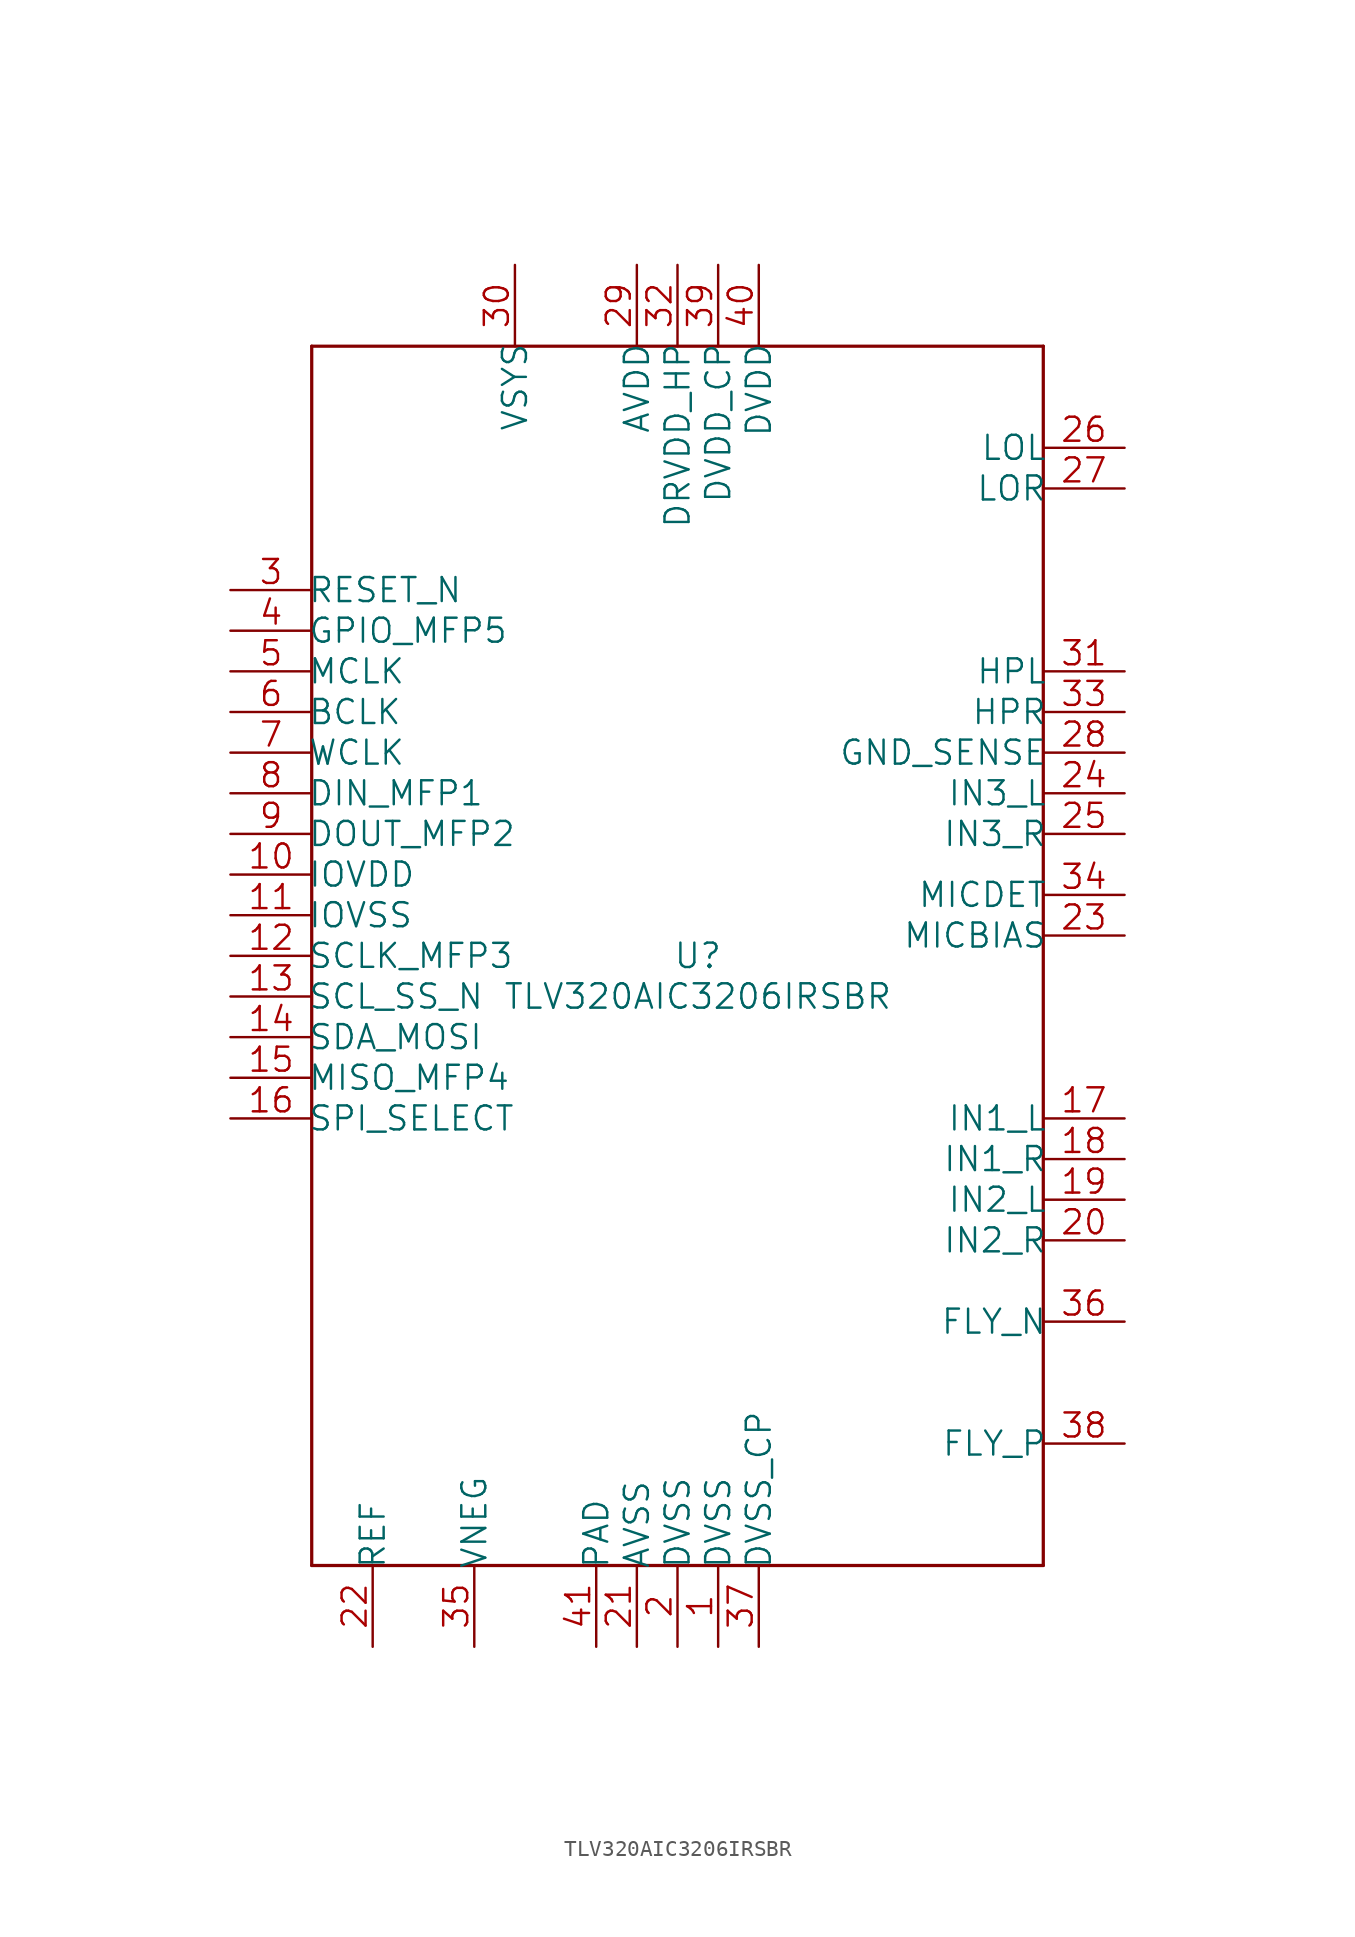
<source format=kicad_sym>
(kicad_symbol_lib
  (version 20201005)
  (generator kicad_symbol_editor)
  (symbol "TLV320AIC3206IRSBR:TLV320AIC3206IRSBR"
    (pin_names
      (offset -0.254))
    (property "Reference" "U"
      (at 1.27 0 0)
      (effects (font (size 1.524 1.524))))
    (property "Value" "TLV320AIC3206IRSBR"
      (at 1.27 -2.54 0)
      (effects (font (size 1.524 1.524))))
    (property "Datasheet" ""
      (at 0 -27.94 0)
      (effects (font (size 1.524 1.524))))
    (property "ki_locked" ""
      (at 0 0 0)
      (effects (font (size 1.27 1.27))))
    (symbol "TLV320AIC3206IRSBR_1_1"
      (polyline (pts (xy -22.86 -38.1) (xy 22.86 -38.1)) (stroke (width 0.203)) (fill (type none)))
      (polyline (pts (xy -22.86 38.1) (xy -22.86 -38.1)) (stroke (width 0.203)) (fill (type none)))
      (polyline (pts (xy 22.86 -38.1) (xy 22.86 38.1)) (stroke (width 0.203)) (fill (type none)))
      (polyline (pts (xy 22.86 38.1) (xy -22.86 38.1)) (stroke (width 0.203)) (fill (type none)))
      (pin power_in line (at 2.54 -43.18 90) (length 5.08) (name "DVSS" (effects (font (size 1.499 1.499)))) (number "1" (effects (font (size 1.499 1.499)))))
      (pin power_in line (at -27.94 5.08 0) (length 5.08) (name "IOVDD" (effects (font (size 1.499 1.499)))) (number "10" (effects (font (size 1.499 1.499)))))
      (pin power_in line (at -27.94 2.54 0) (length 5.08) (name "IOVSS" (effects (font (size 1.499 1.499)))) (number "11" (effects (font (size 1.499 1.499)))))
      (pin input line (at -27.94 0 0) (length 5.08) (name "SCLK_MFP3" (effects (font (size 1.499 1.499)))) (number "12" (effects (font (size 1.499 1.499)))))
      (pin input line (at -27.94 -2.54 0) (length 5.08) (name "SCL_SS_N" (effects (font (size 1.499 1.499)))) (number "13" (effects (font (size 1.499 1.499)))))
      (pin bidirectional line (at -27.94 -5.08 0) (length 5.08) (name "SDA_MOSI" (effects (font (size 1.499 1.499)))) (number "14" (effects (font (size 1.499 1.499)))))
      (pin output line (at -27.94 -7.62 0) (length 5.08) (name "MISO_MFP4" (effects (font (size 1.499 1.499)))) (number "15" (effects (font (size 1.499 1.499)))))
      (pin input line (at -27.94 -10.16 0) (length 5.08) (name "SPI_SELECT" (effects (font (size 1.499 1.499)))) (number "16" (effects (font (size 1.499 1.499)))))
      (pin input line (at 27.94 -10.16 180) (length 5.08) (name "IN1_L" (effects (font (size 1.499 1.499)))) (number "17" (effects (font (size 1.499 1.499)))))
      (pin input line (at 27.94 -12.7 180) (length 5.08) (name "IN1_R" (effects (font (size 1.499 1.499)))) (number "18" (effects (font (size 1.499 1.499)))))
      (pin input line (at 27.94 -15.24 180) (length 5.08) (name "IN2_L" (effects (font (size 1.499 1.499)))) (number "19" (effects (font (size 1.499 1.499)))))
      (pin power_in line (at 0 -43.18 90) (length 5.08) (name "DVSS" (effects (font (size 1.499 1.499)))) (number "2" (effects (font (size 1.499 1.499)))))
      (pin input line (at 27.94 -17.78 180) (length 5.08) (name "IN2_R" (effects (font (size 1.499 1.499)))) (number "20" (effects (font (size 1.499 1.499)))))
      (pin power_in line (at -2.54 -43.18 90) (length 5.08) (name "AVSS" (effects (font (size 1.499 1.499)))) (number "21" (effects (font (size 1.499 1.499)))))
      (pin output line (at -19.05 -43.18 90) (length 5.08) (name "REF" (effects (font (size 1.499 1.499)))) (number "22" (effects (font (size 1.499 1.499)))))
      (pin output line (at 27.94 1.27 180) (length 5.08) (name "MICBIAS" (effects (font (size 1.499 1.499)))) (number "23" (effects (font (size 1.499 1.499)))))
      (pin input line (at 27.94 10.16 180) (length 5.08) (name "IN3_L" (effects (font (size 1.499 1.499)))) (number "24" (effects (font (size 1.499 1.499)))))
      (pin input line (at 27.94 7.62 180) (length 5.08) (name "IN3_R" (effects (font (size 1.499 1.499)))) (number "25" (effects (font (size 1.499 1.499)))))
      (pin output line (at 27.94 31.75 180) (length 5.08) (name "LOL" (effects (font (size 1.499 1.499)))) (number "26" (effects (font (size 1.499 1.499)))))
      (pin output line (at 27.94 29.21 180) (length 5.08) (name "LOR" (effects (font (size 1.499 1.499)))) (number "27" (effects (font (size 1.499 1.499)))))
      (pin input line (at 27.94 12.7 180) (length 5.08) (name "GND_SENSE" (effects (font (size 1.499 1.499)))) (number "28" (effects (font (size 1.499 1.499)))))
      (pin power_in line (at -2.54 43.18 270) (length 5.08) (name "AVDD" (effects (font (size 1.499 1.499)))) (number "29" (effects (font (size 1.499 1.499)))))
      (pin input line (at -27.94 22.86 0) (length 5.08) (name "RESET_N" (effects (font (size 1.499 1.499)))) (number "3" (effects (font (size 1.499 1.499)))))
      (pin power_in line (at -10.16 43.18 270) (length 5.08) (name "VSYS" (effects (font (size 1.499 1.499)))) (number "30" (effects (font (size 1.499 1.499)))))
      (pin output line (at 27.94 17.78 180) (length 5.08) (name "HPL" (effects (font (size 1.499 1.499)))) (number "31" (effects (font (size 1.499 1.499)))))
      (pin power_in line (at 0 43.18 270) (length 5.08) (name "DRVDD_HP" (effects (font (size 1.499 1.499)))) (number "32" (effects (font (size 1.499 1.499)))))
      (pin output line (at 27.94 15.24 180) (length 5.08) (name "HPR" (effects (font (size 1.499 1.499)))) (number "33" (effects (font (size 1.499 1.499)))))
      (pin input line (at 27.94 3.81 180) (length 5.08) (name "MICDET" (effects (font (size 1.499 1.499)))) (number "34" (effects (font (size 1.499 1.499)))))
      (pin power_out line (at -12.7 -43.18 90) (length 5.08) (name "VNEG" (effects (font (size 1.499 1.499)))) (number "35" (effects (font (size 1.499 1.499)))))
      (pin passive line (at 27.94 -22.86 180) (length 5.08) (name "FLY_N" (effects (font (size 1.499 1.499)))) (number "36" (effects (font (size 1.499 1.499)))))
      (pin power_in line (at 5.08 -43.18 90) (length 5.08) (name "DVSS_CP" (effects (font (size 1.499 1.499)))) (number "37" (effects (font (size 1.499 1.499)))))
      (pin passive line (at 27.94 -30.48 180) (length 5.08) (name "FLY_P" (effects (font (size 1.499 1.499)))) (number "38" (effects (font (size 1.499 1.499)))))
      (pin power_in line (at 2.54 43.18 270) (length 5.08) (name "DVDD_CP" (effects (font (size 1.499 1.499)))) (number "39" (effects (font (size 1.499 1.499)))))
      (pin bidirectional line (at -27.94 20.32 0) (length 5.08) (name "GPIO_MFP5" (effects (font (size 1.499 1.499)))) (number "4" (effects (font (size 1.499 1.499)))))
      (pin power_in line (at 5.08 43.18 270) (length 5.08) (name "DVDD" (effects (font (size 1.499 1.499)))) (number "40" (effects (font (size 1.499 1.499)))))
      (pin passive line (at -5.08 -43.18 90) (length 5.08) (name "PAD" (effects (font (size 1.499 1.499)))) (number "41" (effects (font (size 1.499 1.499)))))
      (pin input line (at -27.94 17.78 0) (length 5.08) (name "MCLK" (effects (font (size 1.499 1.499)))) (number "5" (effects (font (size 1.499 1.499)))))
      (pin bidirectional line (at -27.94 15.24 0) (length 5.08) (name "BCLK" (effects (font (size 1.499 1.499)))) (number "6" (effects (font (size 1.499 1.499)))))
      (pin bidirectional line (at -27.94 12.7 0) (length 5.08) (name "WCLK" (effects (font (size 1.499 1.499)))) (number "7" (effects (font (size 1.499 1.499)))))
      (pin input line (at -27.94 10.16 0) (length 5.08) (name "DIN_MFP1" (effects (font (size 1.499 1.499)))) (number "8" (effects (font (size 1.499 1.499)))))
      (pin output line (at -27.94 7.62 0) (length 5.08) (name "DOUT_MFP2" (effects (font (size 1.499 1.499)))) (number "9" (effects (font (size 1.499 1.499))))))))
</source>
